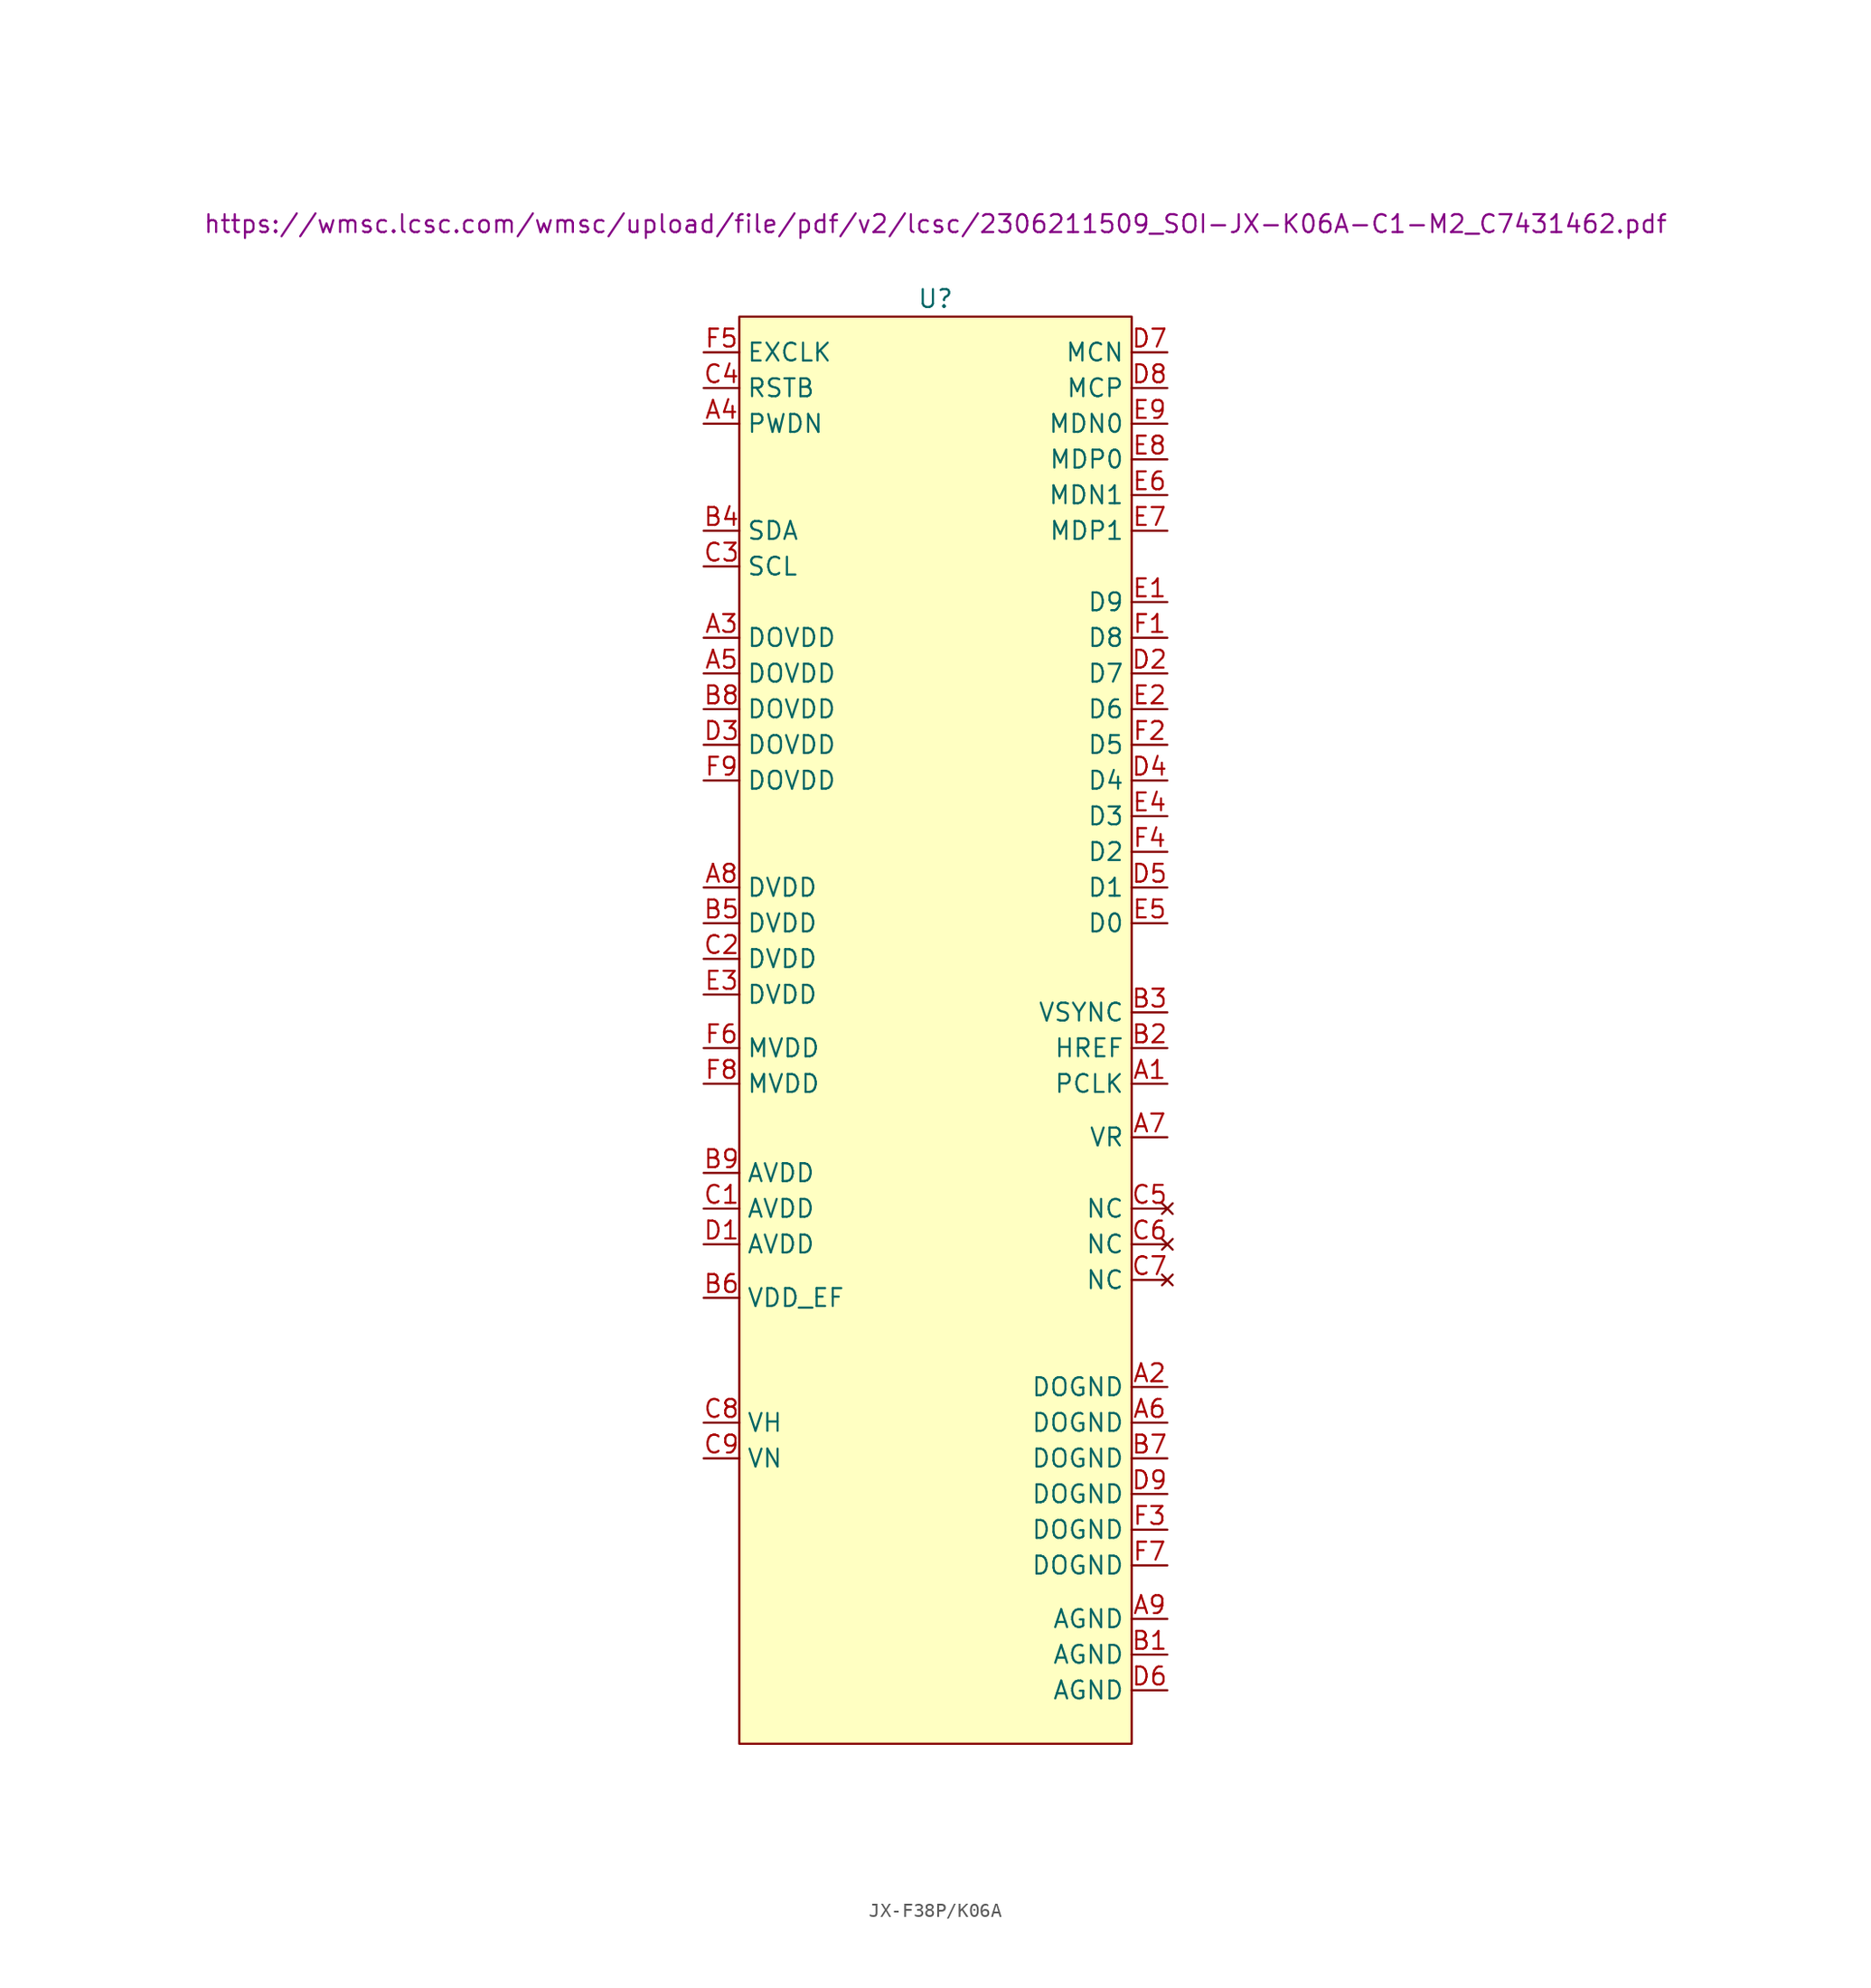
<source format=kicad_sym>
(kicad_symbol_lib
  (version 20231120)
  (generator "kicad_symbol_editor")
  (generator_version "8.0")
  (symbol "JX-F38P/K06A"
    (property "Reference" "U"
      (at 0 0 0)
      (effects (font (size 1.27 1.27))))
    (property "Value" ""
      (at 0 0 0)
      (effects (font (size 1.27 1.27))))
    (property "Datasheet (K06A)" "https://wmsc.lcsc.com/wmsc/upload/file/pdf/v2/lcsc/2306211509_SOI-JX-K06A-C1-M2_C7431462.pdf"
      (at 0 5.334 0)
      (effects (font (size 1.27 1.27))))
    (symbol "JX-F38P/K06A_0_0"
      (text "" (at 16.51 -38.1 0) (effects (font (size 1.27 1.27)))))
    (symbol "JX-F38P/K06A_1_1"
      (rectangle (start -13.97 -1.27) (end 13.97 -102.87) (stroke (width 0) (type default)) (fill (type background)))
      (pin bidirectional line (at 16.51 -55.88 180) (length 2.54) (name "PCLK" (effects (font (size 1.27 1.27)))) (number "A1" (effects (font (size 1.27 1.27)))))
      (pin power_out line (at 16.51 -77.47 180) (length 2.54) (name "DOGND" (effects (font (size 1.27 1.27)))) (number "A2" (effects (font (size 1.27 1.27)))))
      (pin power_in line (at -16.51 -24.13 0) (length 2.54) (name "DOVDD" (effects (font (size 1.27 1.27)))) (number "A3" (effects (font (size 1.27 1.27)))))
      (pin input line (at -16.51 -8.89 0) (length 2.54) (name "PWDN" (effects (font (size 1.27 1.27)))) (number "A4" (effects (font (size 1.27 1.27)))))
      (pin power_in line (at -16.51 -26.67 0) (length 2.54) (name "DOVDD" (effects (font (size 1.27 1.27)))) (number "A5" (effects (font (size 1.27 1.27)))))
      (pin power_out line (at 16.51 -80.01 180) (length 2.54) (name "DOGND" (effects (font (size 1.27 1.27)))) (number "A6" (effects (font (size 1.27 1.27)))))
      (pin passive line (at 16.51 -59.69 180) (length 2.54) (name "VR" (effects (font (size 1.27 1.27)))) (number "A7" (effects (font (size 1.27 1.27)))))
      (pin power_in line (at -16.51 -41.91 0) (length 2.54) (name "DVDD" (effects (font (size 1.27 1.27)))) (number "A8" (effects (font (size 1.27 1.27)))))
      (pin power_out line (at 16.51 -93.98 180) (length 2.54) (name "AGND" (effects (font (size 1.27 1.27)))) (number "A9" (effects (font (size 1.27 1.27)))))
      (pin power_out line (at 16.51 -96.52 180) (length 2.54) (name "AGND" (effects (font (size 1.27 1.27)))) (number "B1" (effects (font (size 1.27 1.27)))))
      (pin bidirectional line (at 16.51 -53.34 180) (length 2.54) (name "HREF" (effects (font (size 1.27 1.27)))) (number "B2" (effects (font (size 1.27 1.27)))))
      (pin bidirectional line (at 16.51 -50.8 180) (length 2.54) (name "VSYNC" (effects (font (size 1.27 1.27)))) (number "B3" (effects (font (size 1.27 1.27)))))
      (pin bidirectional line (at -16.51 -16.51 0) (length 2.54) (name "SDA" (effects (font (size 1.27 1.27)))) (number "B4" (effects (font (size 1.27 1.27)))))
      (pin power_in line (at -16.51 -44.45 0) (length 2.54) (name "DVDD" (effects (font (size 1.27 1.27)))) (number "B5" (effects (font (size 1.27 1.27)))))
      (pin power_in line (at -16.51 -71.12 0) (length 2.54) (name "VDD_EF" (effects (font (size 1.27 1.27)))) (number "B6" (effects (font (size 1.27 1.27)))))
      (pin power_out line (at 16.51 -82.55 180) (length 2.54) (name "DOGND" (effects (font (size 1.27 1.27)))) (number "B7" (effects (font (size 1.27 1.27)))))
      (pin power_in line (at -16.51 -29.21 0) (length 2.54) (name "DOVDD" (effects (font (size 1.27 1.27)))) (number "B8" (effects (font (size 1.27 1.27)))))
      (pin power_in line (at -16.51 -62.23 0) (length 2.54) (name "AVDD" (effects (font (size 1.27 1.27)))) (number "B9" (effects (font (size 1.27 1.27)))))
      (pin power_in line (at -16.51 -64.77 0) (length 2.54) (name "AVDD" (effects (font (size 1.27 1.27)))) (number "C1" (effects (font (size 1.27 1.27)))))
      (pin power_in line (at -16.51 -46.99 0) (length 2.54) (name "DVDD" (effects (font (size 1.27 1.27)))) (number "C2" (effects (font (size 1.27 1.27)))))
      (pin input line (at -16.51 -19.05 0) (length 2.54) (name "SCL" (effects (font (size 1.27 1.27)))) (number "C3" (effects (font (size 1.27 1.27)))))
      (pin input line (at -16.51 -6.35 0) (length 2.54) (name "RSTB" (effects (font (size 1.27 1.27)))) (number "C4" (effects (font (size 1.27 1.27)))))
      (pin no_connect line (at 16.51 -64.77 180) (length 2.54) (name "NC" (effects (font (size 1.27 1.27)))) (number "C5" (effects (font (size 1.27 1.27)))))
      (pin no_connect line (at 16.51 -67.31 180) (length 2.54) (name "NC" (effects (font (size 1.27 1.27)))) (number "C6" (effects (font (size 1.27 1.27)))))
      (pin no_connect line (at 16.51 -69.85 180) (length 2.54) (name "NC" (effects (font (size 1.27 1.27)))) (number "C7" (effects (font (size 1.27 1.27)))))
      (pin passive line (at -16.51 -80.01 0) (length 2.54) (name "VH" (effects (font (size 1.27 1.27)))) (number "C8" (effects (font (size 1.27 1.27)))))
      (pin passive line (at -16.51 -82.55 0) (length 2.54) (name "VN" (effects (font (size 1.27 1.27)))) (number "C9" (effects (font (size 1.27 1.27)))))
      (pin power_in line (at -16.51 -67.31 0) (length 2.54) (name "AVDD" (effects (font (size 1.27 1.27)))) (number "D1" (effects (font (size 1.27 1.27)))))
      (pin bidirectional line (at 16.51 -26.67 180) (length 2.54) (name "D7" (effects (font (size 1.27 1.27)))) (number "D2" (effects (font (size 1.27 1.27)))))
      (pin power_in line (at -16.51 -31.75 0) (length 2.54) (name "DOVDD" (effects (font (size 1.27 1.27)))) (number "D3" (effects (font (size 1.27 1.27)))))
      (pin bidirectional line (at 16.51 -34.29 180) (length 2.54) (name "D4" (effects (font (size 1.27 1.27)))) (number "D4" (effects (font (size 1.27 1.27)))))
      (pin bidirectional line (at 16.51 -41.91 180) (length 2.54) (name "D1" (effects (font (size 1.27 1.27)))) (number "D5" (effects (font (size 1.27 1.27)))))
      (pin power_out line (at 16.51 -99.06 180) (length 2.54) (name "AGND" (effects (font (size 1.27 1.27)))) (number "D6" (effects (font (size 1.27 1.27)))))
      (pin bidirectional line (at 16.51 -3.81 180) (length 2.54) (name "MCN" (effects (font (size 1.27 1.27)))) (number "D7" (effects (font (size 1.27 1.27)))))
      (pin bidirectional line (at 16.51 -6.35 180) (length 2.54) (name "MCP" (effects (font (size 1.27 1.27)))) (number "D8" (effects (font (size 1.27 1.27)))))
      (pin power_out line (at 16.51 -85.09 180) (length 2.54) (name "DOGND" (effects (font (size 1.27 1.27)))) (number "D9" (effects (font (size 1.27 1.27)))))
      (pin bidirectional line (at 16.51 -21.59 180) (length 2.54) (name "D9" (effects (font (size 1.27 1.27)))) (number "E1" (effects (font (size 1.27 1.27)))))
      (pin bidirectional line (at 16.51 -29.21 180) (length 2.54) (name "D6" (effects (font (size 1.27 1.27)))) (number "E2" (effects (font (size 1.27 1.27)))))
      (pin power_in line (at -16.51 -49.53 0) (length 2.54) (name "DVDD" (effects (font (size 1.27 1.27)))) (number "E3" (effects (font (size 1.27 1.27)))))
      (pin bidirectional line (at 16.51 -36.83 180) (length 2.54) (name "D3" (effects (font (size 1.27 1.27)))) (number "E4" (effects (font (size 1.27 1.27)))))
      (pin bidirectional line (at 16.51 -44.45 180) (length 2.54) (name "D0" (effects (font (size 1.27 1.27)))) (number "E5" (effects (font (size 1.27 1.27)))))
      (pin bidirectional line (at 16.51 -13.97 180) (length 2.54) (name "MDN1" (effects (font (size 1.27 1.27)))) (number "E6" (effects (font (size 1.27 1.27)))))
      (pin bidirectional line (at 16.51 -16.51 180) (length 2.54) (name "MDP1" (effects (font (size 1.27 1.27)))) (number "E7" (effects (font (size 1.27 1.27)))))
      (pin bidirectional line (at 16.51 -11.43 180) (length 2.54) (name "MDP0" (effects (font (size 1.27 1.27)))) (number "E8" (effects (font (size 1.27 1.27)))))
      (pin bidirectional line (at 16.51 -8.89 180) (length 2.54) (name "MDN0" (effects (font (size 1.27 1.27)))) (number "E9" (effects (font (size 1.27 1.27)))))
      (pin bidirectional line (at 16.51 -24.13 180) (length 2.54) (name "D8" (effects (font (size 1.27 1.27)))) (number "F1" (effects (font (size 1.27 1.27)))))
      (pin bidirectional line (at 16.51 -31.75 180) (length 2.54) (name "D5" (effects (font (size 1.27 1.27)))) (number "F2" (effects (font (size 1.27 1.27)))))
      (pin power_out line (at 16.51 -87.63 180) (length 2.54) (name "DOGND" (effects (font (size 1.27 1.27)))) (number "F3" (effects (font (size 1.27 1.27)))))
      (pin bidirectional line (at 16.51 -39.37 180) (length 2.54) (name "D2" (effects (font (size 1.27 1.27)))) (number "F4" (effects (font (size 1.27 1.27)))))
      (pin input line (at -16.51 -3.81 0) (length 2.54) (name "EXCLK" (effects (font (size 1.27 1.27)))) (number "F5" (effects (font (size 1.27 1.27)))))
      (pin power_in line (at -16.51 -53.34 0) (length 2.54) (name "MVDD" (effects (font (size 1.27 1.27)))) (number "F6" (effects (font (size 1.27 1.27)))))
      (pin power_out line (at 16.51 -90.17 180) (length 2.54) (name "DOGND" (effects (font (size 1.27 1.27)))) (number "F7" (effects (font (size 1.27 1.27)))))
      (pin power_in line (at -16.51 -55.88 0) (length 2.54) (name "MVDD" (effects (font (size 1.27 1.27)))) (number "F8" (effects (font (size 1.27 1.27)))))
      (pin power_in line (at -16.51 -34.29 0) (length 2.54) (name "DOVDD" (effects (font (size 1.27 1.27)))) (number "F9" (effects (font (size 1.27 1.27))))))))
</source>
